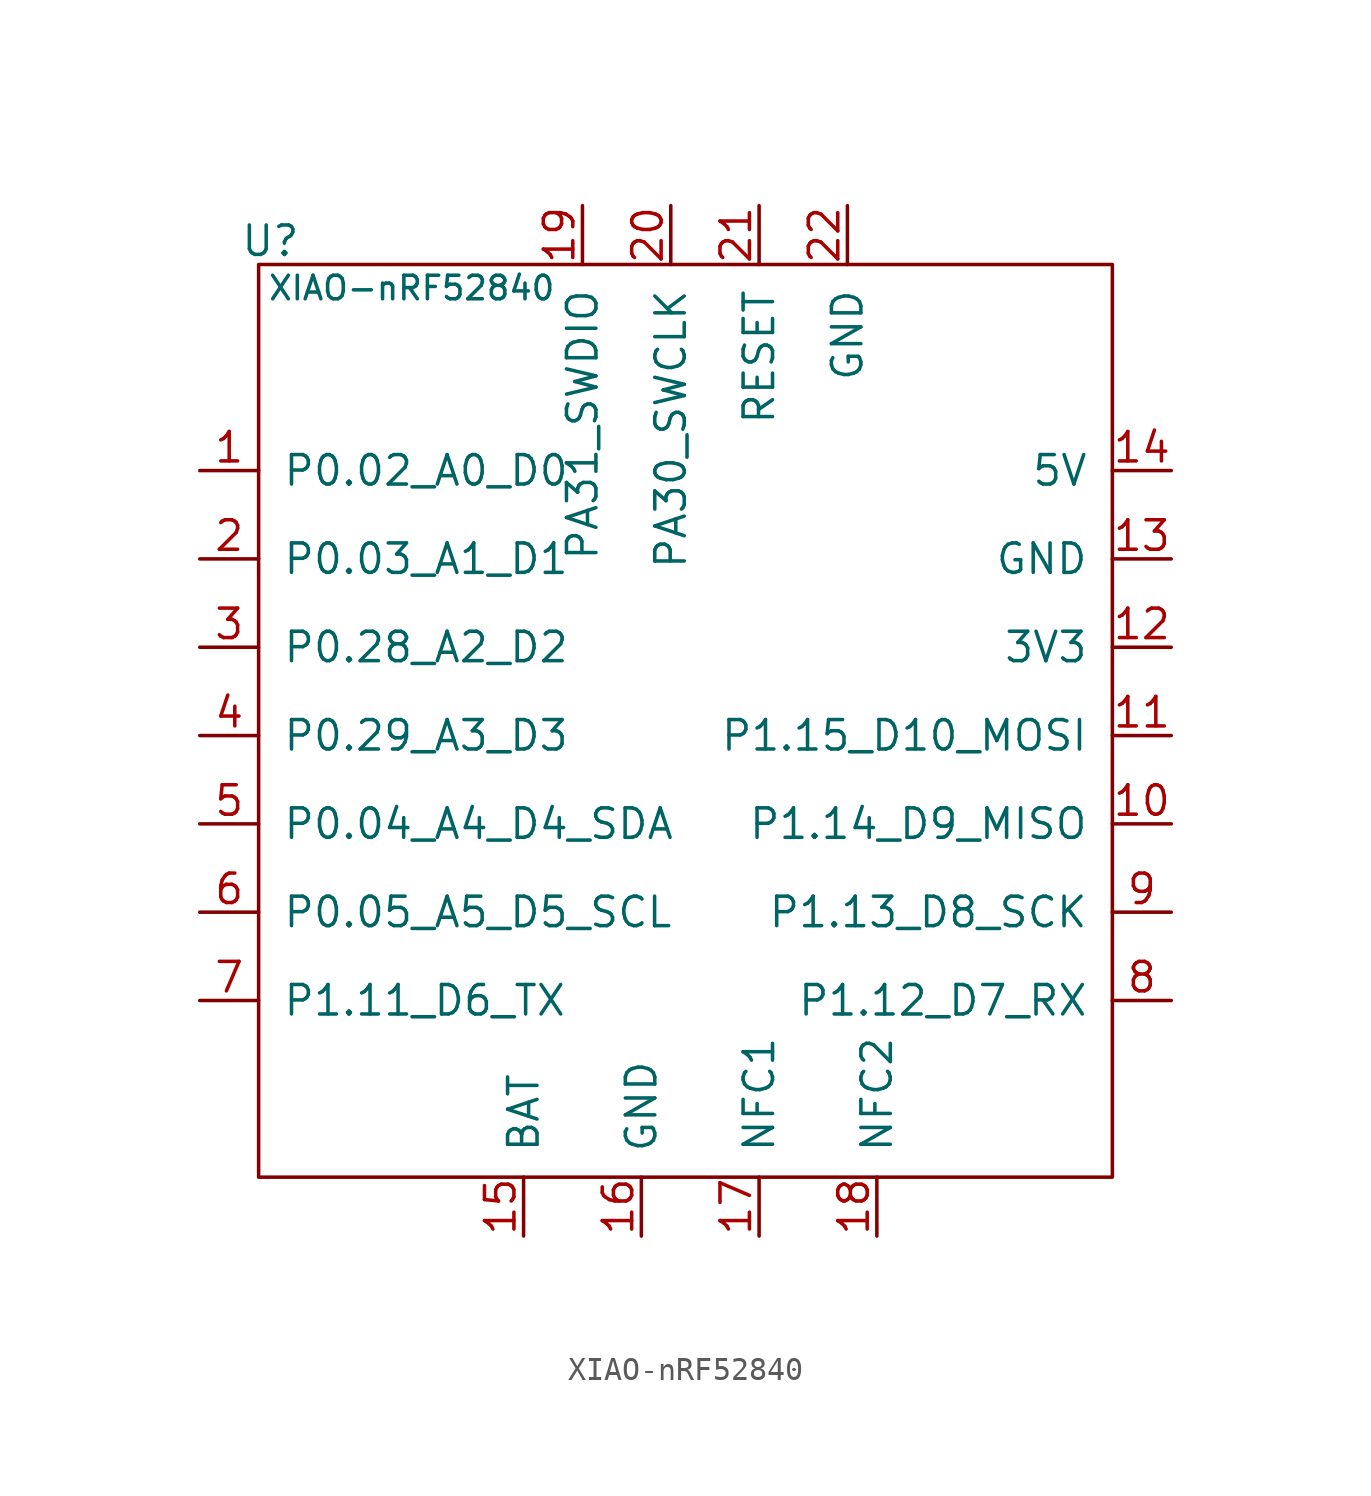
<source format=kicad_sym>
(kicad_symbol_lib
  (version 20241209)
  (generator "kicad_symbol_editor")
  (generator_version "9.0")
  (symbol "XIAO-nRF52840"
    (pin_names
      (offset 1.016))
    (property "Reference" "U"
      (at -18.542 21.336 0)
      (effects (font (size 1.27 1.27))))
    (property "Value" "XIAO-nRF52840"
      (at -12.446 19.304 0)
      (effects (font (size 1.016 1.016))))
    (symbol "XIAO-nRF52840_0_1"
      (rectangle (start -19.05 20.32) (end 17.78 -19.05) (stroke (width 0) (type default)) (fill (type none))))
    (symbol "XIAO-nRF52840_1_1"
      (pin passive line (at -21.59 11.43 0) (length 2.54) (name "P0.02_A0_D0" (effects (font (size 1.27 1.27)))) (number "1" (effects (font (size 1.27 1.27)))))
      (pin passive line (at -21.59 7.62 0) (length 2.54) (name "P0.03_A1_D1" (effects (font (size 1.27 1.27)))) (number "2" (effects (font (size 1.27 1.27)))))
      (pin passive line (at -21.59 3.81 0) (length 2.54) (name "P0.28_A2_D2" (effects (font (size 1.27 1.27)))) (number "3" (effects (font (size 1.27 1.27)))))
      (pin passive line (at -21.59 0 0) (length 2.54) (name "P0.29_A3_D3" (effects (font (size 1.27 1.27)))) (number "4" (effects (font (size 1.27 1.27)))))
      (pin passive line (at -21.59 -3.81 0) (length 2.54) (name "P0.04_A4_D4_SDA" (effects (font (size 1.27 1.27)))) (number "5" (effects (font (size 1.27 1.27)))))
      (pin passive line (at -21.59 -7.62 0) (length 2.54) (name "P0.05_A5_D5_SCL" (effects (font (size 1.27 1.27)))) (number "6" (effects (font (size 1.27 1.27)))))
      (pin passive line (at -21.59 -11.43 0) (length 2.54) (name "P1.11_D6_TX" (effects (font (size 1.27 1.27)))) (number "7" (effects (font (size 1.27 1.27)))))
      (pin passive line (at -7.62 -21.59 90) (length 2.54) (name "BAT" (effects (font (size 1.27 1.27)))) (number "15" (effects (font (size 1.27 1.27)))))
      (pin passive line (at -5.08 22.86 270) (length 2.54) (name "PA31_SWDIO" (effects (font (size 1.27 1.27)))) (number "19" (effects (font (size 1.27 1.27)))))
      (pin passive line (at -2.54 -21.59 90) (length 2.54) (name "GND" (effects (font (size 1.27 1.27)))) (number "16" (effects (font (size 1.27 1.27)))))
      (pin passive line (at -1.27 22.86 270) (length 2.54) (name "PA30_SWCLK" (effects (font (size 1.27 1.27)))) (number "20" (effects (font (size 1.27 1.27)))))
      (pin passive line (at 2.54 22.86 270) (length 2.54) (name "RESET" (effects (font (size 1.27 1.27)))) (number "21" (effects (font (size 1.27 1.27)))))
      (pin passive line (at 2.54 -21.59 90) (length 2.54) (name "NFC1" (effects (font (size 1.27 1.27)))) (number "17" (effects (font (size 1.27 1.27)))))
      (pin passive line (at 6.35 22.86 270) (length 2.54) (name "GND" (effects (font (size 1.27 1.27)))) (number "22" (effects (font (size 1.27 1.27)))))
      (pin passive line (at 7.62 -21.59 90) (length 2.54) (name "NFC2" (effects (font (size 1.27 1.27)))) (number "18" (effects (font (size 1.27 1.27)))))
      (pin passive line (at 20.32 11.43 180) (length 2.54) (name "5V" (effects (font (size 1.27 1.27)))) (number "14" (effects (font (size 1.27 1.27)))))
      (pin passive line (at 20.32 7.62 180) (length 2.54) (name "GND" (effects (font (size 1.27 1.27)))) (number "13" (effects (font (size 1.27 1.27)))))
      (pin passive line (at 20.32 3.81 180) (length 2.54) (name "3V3" (effects (font (size 1.27 1.27)))) (number "12" (effects (font (size 1.27 1.27)))))
      (pin passive line (at 20.32 0 180) (length 2.54) (name "P1.15_D10_MOSI" (effects (font (size 1.27 1.27)))) (number "11" (effects (font (size 1.27 1.27)))))
      (pin passive line (at 20.32 -3.81 180) (length 2.54) (name "P1.14_D9_MISO" (effects (font (size 1.27 1.27)))) (number "10" (effects (font (size 1.27 1.27)))))
      (pin passive line (at 20.32 -7.62 180) (length 2.54) (name "P1.13_D8_SCK" (effects (font (size 1.27 1.27)))) (number "9" (effects (font (size 1.27 1.27)))))
      (pin passive line (at 20.32 -11.43 180) (length 2.54) (name "P1.12_D7_RX" (effects (font (size 1.27 1.27)))) (number "8" (effects (font (size 1.27 1.27))))))))
</source>
